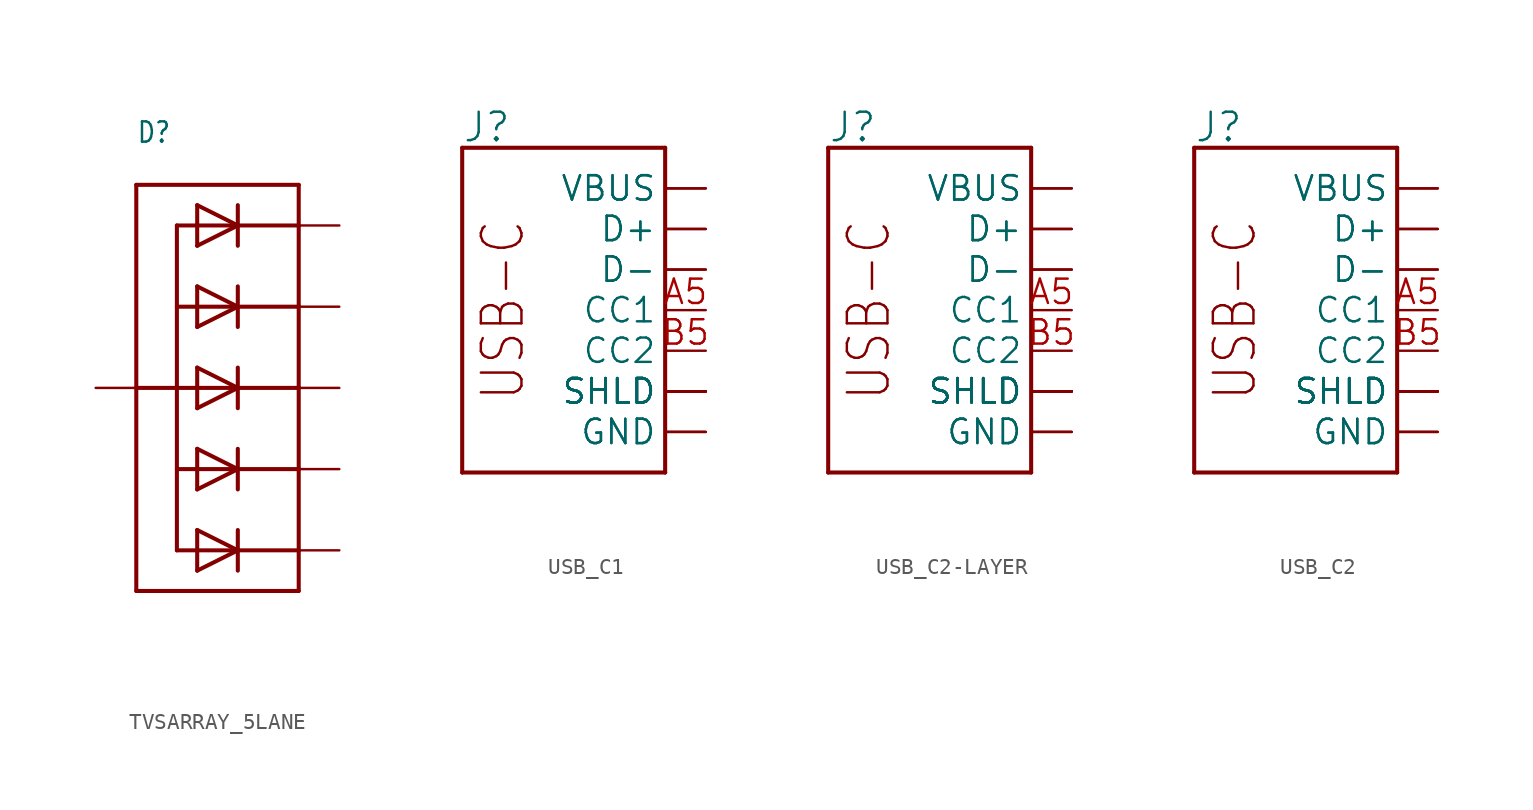
<source format=kicad_sym>
(kicad_symbol_lib
  (version 20241209)
  (generator "kicad_symbol_editor")
  (generator_version "9.0")
  (symbol "TVSARRAY_5LANE"
    (property "Reference" "D"
      (at -2.54 15.24 0)
      (effects (font (size 1.27 1.079)) (justify left bottom)))
    (property "Value" ""
      (at -2.54 -16.51 0)
      (effects (font (size 1.27 1.079)) (justify left bottom)))
    (property "ki_locked" ""
      (at 0 0 0)
      (effects (font (size 1.27 1.27))))
    (symbol "TVSARRAY_5LANE_1_0"
      (polyline (pts (xy -2.54 12.7) (xy 7.62 12.7)) (stroke (width 0.254) (type solid)) (fill (type none)))
      (polyline (pts (xy -2.54 -12.7) (xy -2.54 12.7)) (stroke (width 0.254) (type solid)) (fill (type none)))
      (polyline (pts (xy 0 10.16) (xy 0 0)) (stroke (width 0.254) (type solid)) (fill (type none)))
      (polyline (pts (xy 0 10.16) (xy 7.62 10.16)) (stroke (width 0.254) (type solid)) (fill (type none)))
      (polyline (pts (xy 0 5.08) (xy 7.62 5.08)) (stroke (width 0.254) (type solid)) (fill (type none)))
      (polyline (pts (xy 0 0) (xy -2.54 0)) (stroke (width 0.254) (type solid)) (fill (type none)))
      (polyline (pts (xy 0 0) (xy 0 -10.16)) (stroke (width 0.254) (type solid)) (fill (type none)))
      (polyline (pts (xy 0 0) (xy 7.62 0)) (stroke (width 0.254) (type solid)) (fill (type none)))
      (polyline (pts (xy 0 -5.08) (xy 7.62 -5.08)) (stroke (width 0.254) (type solid)) (fill (type none)))
      (polyline (pts (xy 0 -10.16) (xy 7.62 -10.16)) (stroke (width 0.254) (type solid)) (fill (type none)))
      (polyline (pts (xy 1.27 11.43) (xy 1.27 8.89)) (stroke (width 0.254) (type solid)) (fill (type none)))
      (polyline (pts (xy 1.27 8.89) (xy 3.81 10.16)) (stroke (width 0.254) (type solid)) (fill (type none)))
      (polyline (pts (xy 1.27 6.35) (xy 1.27 3.81)) (stroke (width 0.254) (type solid)) (fill (type none)))
      (polyline (pts (xy 1.27 3.81) (xy 3.81 5.08)) (stroke (width 0.254) (type solid)) (fill (type none)))
      (polyline (pts (xy 1.27 1.27) (xy 1.27 -1.27)) (stroke (width 0.254) (type solid)) (fill (type none)))
      (polyline (pts (xy 1.27 -1.27) (xy 3.81 0)) (stroke (width 0.254) (type solid)) (fill (type none)))
      (polyline (pts (xy 1.27 -3.81) (xy 1.27 -6.35)) (stroke (width 0.254) (type solid)) (fill (type none)))
      (polyline (pts (xy 1.27 -6.35) (xy 3.81 -5.08)) (stroke (width 0.254) (type solid)) (fill (type none)))
      (polyline (pts (xy 1.27 -8.89) (xy 1.27 -11.43)) (stroke (width 0.254) (type solid)) (fill (type none)))
      (polyline (pts (xy 1.27 -11.43) (xy 3.81 -10.16)) (stroke (width 0.254) (type solid)) (fill (type none)))
      (polyline (pts (xy 3.81 11.43) (xy 3.81 10.16)) (stroke (width 0.254) (type solid)) (fill (type none)))
      (polyline (pts (xy 3.81 10.16) (xy 1.27 11.43)) (stroke (width 0.254) (type solid)) (fill (type none)))
      (polyline (pts (xy 3.81 10.16) (xy 3.81 8.89)) (stroke (width 0.254) (type solid)) (fill (type none)))
      (polyline (pts (xy 3.81 6.35) (xy 3.81 5.08)) (stroke (width 0.254) (type solid)) (fill (type none)))
      (polyline (pts (xy 3.81 5.08) (xy 1.27 6.35)) (stroke (width 0.254) (type solid)) (fill (type none)))
      (polyline (pts (xy 3.81 5.08) (xy 3.81 3.81)) (stroke (width 0.254) (type solid)) (fill (type none)))
      (polyline (pts (xy 3.81 1.27) (xy 3.81 0)) (stroke (width 0.254) (type solid)) (fill (type none)))
      (polyline (pts (xy 3.81 0) (xy 1.27 1.27)) (stroke (width 0.254) (type solid)) (fill (type none)))
      (polyline (pts (xy 3.81 0) (xy 3.81 -1.27)) (stroke (width 0.254) (type solid)) (fill (type none)))
      (polyline (pts (xy 3.81 -3.81) (xy 3.81 -5.08)) (stroke (width 0.254) (type solid)) (fill (type none)))
      (polyline (pts (xy 3.81 -5.08) (xy 1.27 -3.81)) (stroke (width 0.254) (type solid)) (fill (type none)))
      (polyline (pts (xy 3.81 -5.08) (xy 3.81 -6.35)) (stroke (width 0.254) (type solid)) (fill (type none)))
      (polyline (pts (xy 3.81 -8.89) (xy 3.81 -10.16)) (stroke (width 0.254) (type solid)) (fill (type none)))
      (polyline (pts (xy 3.81 -10.16) (xy 1.27 -8.89)) (stroke (width 0.254) (type solid)) (fill (type none)))
      (polyline (pts (xy 3.81 -10.16) (xy 3.81 -11.43)) (stroke (width 0.254) (type solid)) (fill (type none)))
      (polyline (pts (xy 7.62 12.7) (xy 7.62 10.16)) (stroke (width 0.254) (type solid)) (fill (type none)))
      (polyline (pts (xy 7.62 10.16) (xy 7.62 5.08)) (stroke (width 0.254) (type solid)) (fill (type none)))
      (polyline (pts (xy 7.62 5.08) (xy 7.62 0)) (stroke (width 0.254) (type solid)) (fill (type none)))
      (polyline (pts (xy 7.62 0) (xy 7.62 -5.08)) (stroke (width 0.254) (type solid)) (fill (type none)))
      (polyline (pts (xy 7.62 -5.08) (xy 7.62 -10.16)) (stroke (width 0.254) (type solid)) (fill (type none)))
      (polyline (pts (xy 7.62 -10.16) (xy 7.62 -12.7)) (stroke (width 0.254) (type solid)) (fill (type none)))
      (polyline (pts (xy 7.62 -12.7) (xy -2.54 -12.7)) (stroke (width 0.254) (type solid)) (fill (type none)))
      (pin passive line (at -5.08 0 0) (length 2.54) (name "A" (effects (font (size 0 0)))) (number "2" (effects (font (size 0 0)))))
      (pin passive line (at 10.16 10.16 180) (length 2.54) (name "C1" (effects (font (size 0 0)))) (number "1" (effects (font (size 0 0)))))
      (pin passive line (at 10.16 5.08 180) (length 2.54) (name "C2" (effects (font (size 0 0)))) (number "3" (effects (font (size 0 0)))))
      (pin passive line (at 10.16 0 180) (length 2.54) (name "C3" (effects (font (size 0 0)))) (number "4" (effects (font (size 0 0)))))
      (pin passive line (at 10.16 -5.08 180) (length 2.54) (name "C4" (effects (font (size 0 0)))) (number "5" (effects (font (size 0 0)))))
      (pin passive line (at 10.16 -10.16 180) (length 2.54) (name "C5" (effects (font (size 0 0)))) (number "6" (effects (font (size 0 0)))))))
  (symbol "USB_C1"
    (property "Reference" "J"
      (at -2.54 10.414 0)
      (effects (font (size 1.778 1.778)) (justify left bottom)))
    (property "Value" ""
      (at -2.54 -12.446 0)
      (effects (font (size 1.778 1.778)) (justify left bottom)))
    (property "ki_locked" ""
      (at 0 0 0)
      (effects (font (size 1.27 1.27))))
    (symbol "USB_C1_1_0"
      (polyline (pts (xy -2.54 -10.16) (xy -2.54 10.16)) (stroke (width 0.254) (type solid)) (fill (type none)))
      (polyline (pts (xy -2.54 -10.16) (xy 10.16 -10.16)) (stroke (width 0.254) (type solid)) (fill (type none)))
      (polyline (pts (xy 10.16 10.16) (xy -2.54 10.16)) (stroke (width 0.254) (type solid)) (fill (type none)))
      (polyline (pts (xy 10.16 -10.16) (xy 10.16 10.16)) (stroke (width 0.254) (type solid)) (fill (type none)))
      (text "USB-C" (at 0 0 900) (effects (font (size 2.54 2.159))))
      (pin bidirectional line (at 12.7 7.62 180) (length 2.54) (name "VBUS" (effects (font (size 1.524 1.524)))) (number "VBUS1" (effects (font (size 0 0)))))
      (pin bidirectional line (at 12.7 7.62 180) (length 2.54) (name "VBUS" (effects (font (size 1.524 1.524)))) (number "VBUS2" (effects (font (size 0 0)))))
      (pin bidirectional line (at 12.7 5.08 180) (length 2.54) (name "D+" (effects (font (size 1.524 1.524)))) (number "A6" (effects (font (size 0 0)))))
      (pin bidirectional line (at 12.7 5.08 180) (length 2.54) (name "D+" (effects (font (size 1.524 1.524)))) (number "B6" (effects (font (size 0 0)))))
      (pin bidirectional line (at 12.7 2.54 180) (length 2.54) (name "D-" (effects (font (size 1.524 1.524)))) (number "A7" (effects (font (size 0 0)))))
      (pin bidirectional line (at 12.7 2.54 180) (length 2.54) (name "D-" (effects (font (size 1.524 1.524)))) (number "B7" (effects (font (size 0 0)))))
      (pin bidirectional line (at 12.7 0 180) (length 2.54) (name "CC1" (effects (font (size 1.524 1.524)))) (number "A5" (effects (font (size 1.524 1.524)))))
      (pin bidirectional line (at 12.7 -2.54 180) (length 2.54) (name "CC2" (effects (font (size 1.524 1.524)))) (number "B5" (effects (font (size 1.524 1.524)))))
      (pin bidirectional line (at 12.7 -5.08 180) (length 2.54) (name "SHLD" (effects (font (size 1.524 1.524)))) (number "SHLD1" (effects (font (size 0 0)))))
      (pin bidirectional line (at 12.7 -5.08 180) (length 2.54) (name "SHLD" (effects (font (size 1.524 1.524)))) (number "SHLD2" (effects (font (size 0 0)))))
      (pin bidirectional line (at 12.7 -5.08 180) (length 2.54) (name "SHLD" (effects (font (size 1.524 1.524)))) (number "SHLD3" (effects (font (size 0 0)))))
      (pin bidirectional line (at 12.7 -5.08 180) (length 2.54) (name "SHLD" (effects (font (size 1.524 1.524)))) (number "SHLD4" (effects (font (size 0 0)))))
      (pin bidirectional line (at 12.7 -5.08 180) (length 2.54) (name "SHLD" (effects (font (size 1.524 1.524)))) (number "SHLD5" (effects (font (size 0 0)))))
      (pin bidirectional line (at 12.7 -5.08 180) (length 2.54) (name "SHLD" (effects (font (size 1.524 1.524)))) (number "SHLD6" (effects (font (size 0 0)))))
      (pin bidirectional line (at 12.7 -5.08 180) (length 2.54) (name "SHLD" (effects (font (size 1.524 1.524)))) (number "SHLD7" (effects (font (size 0 0)))))
      (pin bidirectional line (at 12.7 -5.08 180) (length 2.54) (name "SHLD" (effects (font (size 1.524 1.524)))) (number "SHLD8" (effects (font (size 0 0)))))
      (pin bidirectional line (at 12.7 -7.62 180) (length 2.54) (name "GND" (effects (font (size 1.524 1.524)))) (number "GND" (effects (font (size 0 0)))))
      (pin bidirectional line (at 12.7 -7.62 180) (length 2.54) (name "GND" (effects (font (size 1.524 1.524)))) (number "GND2" (effects (font (size 0 0)))))))
  (symbol "USB_C2-LAYER"
    (property "Reference" "J"
      (at -2.54 10.414 0)
      (effects (font (size 1.778 1.778)) (justify left bottom)))
    (property "Value" ""
      (at -2.54 -12.446 0)
      (effects (font (size 1.778 1.778)) (justify left bottom)))
    (property "ki_locked" ""
      (at 0 0 0)
      (effects (font (size 1.27 1.27))))
    (symbol "USB_C2-LAYER_1_0"
      (polyline (pts (xy -2.54 -10.16) (xy -2.54 10.16)) (stroke (width 0.254) (type solid)) (fill (type none)))
      (polyline (pts (xy -2.54 -10.16) (xy 10.16 -10.16)) (stroke (width 0.254) (type solid)) (fill (type none)))
      (polyline (pts (xy 10.16 10.16) (xy -2.54 10.16)) (stroke (width 0.254) (type solid)) (fill (type none)))
      (polyline (pts (xy 10.16 -10.16) (xy 10.16 10.16)) (stroke (width 0.254) (type solid)) (fill (type none)))
      (text "USB-C" (at 0 0 900) (effects (font (size 2.54 2.159))))
      (pin bidirectional line (at 12.7 7.62 180) (length 2.54) (name "VBUS" (effects (font (size 1.524 1.524)))) (number "VBUS1" (effects (font (size 0 0)))))
      (pin bidirectional line (at 12.7 7.62 180) (length 2.54) (name "VBUS" (effects (font (size 1.524 1.524)))) (number "VBUS2" (effects (font (size 0 0)))))
      (pin bidirectional line (at 12.7 5.08 180) (length 2.54) (name "D+" (effects (font (size 1.524 1.524)))) (number "A6" (effects (font (size 0 0)))))
      (pin bidirectional line (at 12.7 5.08 180) (length 2.54) (name "D+" (effects (font (size 1.524 1.524)))) (number "B6" (effects (font (size 0 0)))))
      (pin bidirectional line (at 12.7 2.54 180) (length 2.54) (name "D-" (effects (font (size 1.524 1.524)))) (number "A7" (effects (font (size 0 0)))))
      (pin bidirectional line (at 12.7 2.54 180) (length 2.54) (name "D-" (effects (font (size 1.524 1.524)))) (number "B7" (effects (font (size 0 0)))))
      (pin bidirectional line (at 12.7 0 180) (length 2.54) (name "CC1" (effects (font (size 1.524 1.524)))) (number "A5" (effects (font (size 1.524 1.524)))))
      (pin bidirectional line (at 12.7 -2.54 180) (length 2.54) (name "CC2" (effects (font (size 1.524 1.524)))) (number "B5" (effects (font (size 1.524 1.524)))))
      (pin bidirectional line (at 12.7 -5.08 180) (length 2.54) (name "SHLD" (effects (font (size 1.524 1.524)))) (number "SHLD1" (effects (font (size 0 0)))))
      (pin bidirectional line (at 12.7 -5.08 180) (length 2.54) (name "SHLD" (effects (font (size 1.524 1.524)))) (number "SHLD2" (effects (font (size 0 0)))))
      (pin bidirectional line (at 12.7 -5.08 180) (length 2.54) (name "SHLD" (effects (font (size 1.524 1.524)))) (number "SHLD3" (effects (font (size 0 0)))))
      (pin bidirectional line (at 12.7 -5.08 180) (length 2.54) (name "SHLD" (effects (font (size 1.524 1.524)))) (number "SHLD4" (effects (font (size 0 0)))))
      (pin bidirectional line (at 12.7 -5.08 180) (length 2.54) (name "SHLD" (effects (font (size 1.524 1.524)))) (number "SHLD5" (effects (font (size 0 0)))))
      (pin bidirectional line (at 12.7 -5.08 180) (length 2.54) (name "SHLD" (effects (font (size 1.524 1.524)))) (number "SHLD6" (effects (font (size 0 0)))))
      (pin bidirectional line (at 12.7 -5.08 180) (length 2.54) (name "SHLD" (effects (font (size 1.524 1.524)))) (number "SHLD7" (effects (font (size 0 0)))))
      (pin bidirectional line (at 12.7 -5.08 180) (length 2.54) (name "SHLD" (effects (font (size 1.524 1.524)))) (number "SHLD8" (effects (font (size 0 0)))))
      (pin bidirectional line (at 12.7 -7.62 180) (length 2.54) (name "GND" (effects (font (size 1.524 1.524)))) (number "GND" (effects (font (size 0 0)))))
      (pin bidirectional line (at 12.7 -7.62 180) (length 2.54) (name "GND" (effects (font (size 1.524 1.524)))) (number "GND2" (effects (font (size 0 0)))))))
  (symbol "USB_C2"
    (property "Reference" "J"
      (at -2.54 10.414 0)
      (effects (font (size 1.778 1.778)) (justify left bottom)))
    (property "Value" ""
      (at -2.54 -12.446 0)
      (effects (font (size 1.778 1.778)) (justify left bottom)))
    (property "ki_locked" ""
      (at 0 0 0)
      (effects (font (size 1.27 1.27))))
    (symbol "USB_C2_1_0"
      (polyline (pts (xy -2.54 -10.16) (xy -2.54 10.16)) (stroke (width 0.254) (type solid)) (fill (type none)))
      (polyline (pts (xy -2.54 -10.16) (xy 10.16 -10.16)) (stroke (width 0.254) (type solid)) (fill (type none)))
      (polyline (pts (xy 10.16 10.16) (xy -2.54 10.16)) (stroke (width 0.254) (type solid)) (fill (type none)))
      (polyline (pts (xy 10.16 -10.16) (xy 10.16 10.16)) (stroke (width 0.254) (type solid)) (fill (type none)))
      (text "USB-C" (at 0 0 900) (effects (font (size 2.54 2.159))))
      (pin bidirectional line (at 12.7 7.62 180) (length 2.54) (name "VBUS" (effects (font (size 1.524 1.524)))) (number "VBUS1" (effects (font (size 0 0)))))
      (pin bidirectional line (at 12.7 7.62 180) (length 2.54) (name "VBUS" (effects (font (size 1.524 1.524)))) (number "VBUS2" (effects (font (size 0 0)))))
      (pin bidirectional line (at 12.7 5.08 180) (length 2.54) (name "D+" (effects (font (size 1.524 1.524)))) (number "A6" (effects (font (size 0 0)))))
      (pin bidirectional line (at 12.7 5.08 180) (length 2.54) (name "D+" (effects (font (size 1.524 1.524)))) (number "B6" (effects (font (size 0 0)))))
      (pin bidirectional line (at 12.7 2.54 180) (length 2.54) (name "D-" (effects (font (size 1.524 1.524)))) (number "A7" (effects (font (size 0 0)))))
      (pin bidirectional line (at 12.7 2.54 180) (length 2.54) (name "D-" (effects (font (size 1.524 1.524)))) (number "B7" (effects (font (size 0 0)))))
      (pin bidirectional line (at 12.7 0 180) (length 2.54) (name "CC1" (effects (font (size 1.524 1.524)))) (number "A5" (effects (font (size 1.524 1.524)))))
      (pin bidirectional line (at 12.7 -2.54 180) (length 2.54) (name "CC2" (effects (font (size 1.524 1.524)))) (number "B5" (effects (font (size 1.524 1.524)))))
      (pin bidirectional line (at 12.7 -5.08 180) (length 2.54) (name "SHLD" (effects (font (size 1.524 1.524)))) (number "SHLD1" (effects (font (size 0 0)))))
      (pin bidirectional line (at 12.7 -5.08 180) (length 2.54) (name "SHLD" (effects (font (size 1.524 1.524)))) (number "SHLD2" (effects (font (size 0 0)))))
      (pin bidirectional line (at 12.7 -5.08 180) (length 2.54) (name "SHLD" (effects (font (size 1.524 1.524)))) (number "SHLD3" (effects (font (size 0 0)))))
      (pin bidirectional line (at 12.7 -5.08 180) (length 2.54) (name "SHLD" (effects (font (size 1.524 1.524)))) (number "SHLD4" (effects (font (size 0 0)))))
      (pin bidirectional line (at 12.7 -5.08 180) (length 2.54) (name "SHLD" (effects (font (size 1.524 1.524)))) (number "SHLD5" (effects (font (size 0 0)))))
      (pin bidirectional line (at 12.7 -5.08 180) (length 2.54) (name "SHLD" (effects (font (size 1.524 1.524)))) (number "SHLD6" (effects (font (size 0 0)))))
      (pin bidirectional line (at 12.7 -5.08 180) (length 2.54) (name "SHLD" (effects (font (size 1.524 1.524)))) (number "SHLD7" (effects (font (size 0 0)))))
      (pin bidirectional line (at 12.7 -5.08 180) (length 2.54) (name "SHLD" (effects (font (size 1.524 1.524)))) (number "SHLD8" (effects (font (size 0 0)))))
      (pin bidirectional line (at 12.7 -7.62 180) (length 2.54) (name "GND" (effects (font (size 1.524 1.524)))) (number "GND" (effects (font (size 0 0)))))
      (pin bidirectional line (at 12.7 -7.62 180) (length 2.54) (name "GND" (effects (font (size 1.524 1.524)))) (number "GND2" (effects (font (size 0 0))))))))
</source>
